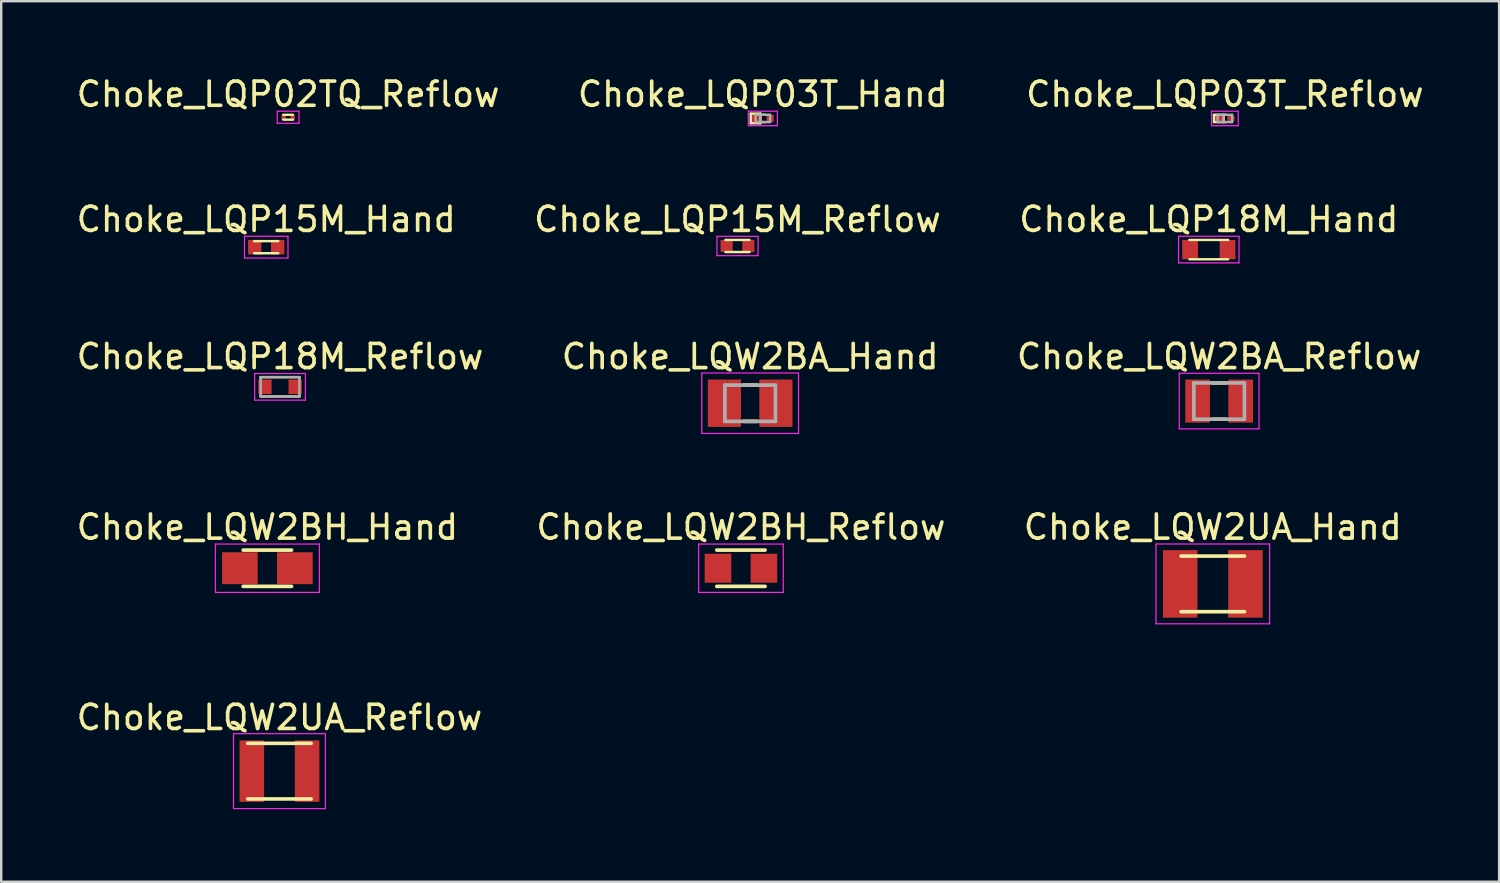
<source format=kicad_pcb>
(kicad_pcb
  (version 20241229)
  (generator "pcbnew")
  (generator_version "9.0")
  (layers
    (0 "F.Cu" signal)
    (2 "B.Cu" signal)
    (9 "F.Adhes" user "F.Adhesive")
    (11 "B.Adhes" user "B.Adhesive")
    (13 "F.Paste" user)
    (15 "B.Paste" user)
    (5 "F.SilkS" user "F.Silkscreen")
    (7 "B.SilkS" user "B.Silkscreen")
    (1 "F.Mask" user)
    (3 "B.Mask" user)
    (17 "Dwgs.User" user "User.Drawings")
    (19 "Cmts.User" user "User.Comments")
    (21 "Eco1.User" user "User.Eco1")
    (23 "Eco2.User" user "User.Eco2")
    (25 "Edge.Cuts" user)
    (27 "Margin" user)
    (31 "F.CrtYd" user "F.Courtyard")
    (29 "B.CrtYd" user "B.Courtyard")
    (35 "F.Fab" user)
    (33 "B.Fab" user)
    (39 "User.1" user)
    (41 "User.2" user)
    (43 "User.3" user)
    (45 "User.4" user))
  (footprint "Choke_LQW2BA_Hand"
    (layer "F.Cu")
    (at 27.97 13.624)
    (property "Reference" "Choke_LQW2BA_Hand" (at 0 -1.929 0) (layer "F.SilkS") (effects (font (size 1 1) (thickness 0.15))))
    (attr smd)
    (fp_line (start -0.28 -0.75) (end 0.28 -0.75) (stroke (width 0.15) (type solid)) (layer "F.SilkS"))
    (fp_line (start -0.28 0.75) (end 0.28 0.75) (stroke (width 0.15) (type solid)) (layer "F.SilkS"))
    (fp_line (start -2 -1.25) (end -2 1.25) (stroke (width 0.05) (type solid)) (layer "F.CrtYd"))
    (fp_line (start -2 -1.25) (end 2 -1.25) (stroke (width 0.05) (type solid)) (layer "F.CrtYd"))
    (fp_line (start -2 1.25) (end 2 1.25) (stroke (width 0.05) (type solid)) (layer "F.CrtYd"))
    (fp_line (start 2 -1.25) (end 2 1.25) (stroke (width 0.05) (type solid)) (layer "F.CrtYd"))
    (fp_line (start -1.045 -0.75) (end -1.045 0.75) (stroke (width 0.15) (type solid)) (layer "F.Fab"))
    (fp_line (start -1.045 -0.75) (end 1.045 -0.75) (stroke (width 0.15) (type solid)) (layer "F.Fab"))
    (fp_line (start -1.045 0.75) (end 1.045 0.75) (stroke (width 0.15) (type solid)) (layer "F.Fab"))
    (fp_line (start 1.045 -0.75) (end 1.045 0.75) (stroke (width 0.15) (type solid)) (layer "F.Fab"))
    (pad "1" smd rect (at -1.065 0) (size 1.37 1.958) (layers "F.Cu" "F.Mask" "F.Paste"))
    (pad "2" smd rect (at 1.065 0) (size 1.37 1.958) (layers "F.Cu" "F.Mask" "F.Paste")))
  (footprint "Choke_LQP03T_Reflow"
    (layer "F.Cu")
    (at 47.601 1.848)
    (property "Reference" "Choke_LQP03T_Reflow" (at 0 -1 0) (layer "F.SilkS") (effects (font (size 1 1) (thickness 0.15))))
    (attr smd)
    (fp_line (start -0.45 -0.15) (end -0.05 -0.15) (stroke (width 0.1) (type solid)) (layer "F.SilkS"))
    (fp_line (start -0.45 0.15) (end -0.45 -0.15) (stroke (width 0.1) (type solid)) (layer "F.SilkS"))
    (fp_line (start -0.45 0.15) (end -0.05 0.15) (stroke (width 0.1) (type solid)) (layer "F.SilkS"))
    (fp_line (start -0.05 -0.15) (end -0.05 0.15) (stroke (width 0.1) (type solid)) (layer "F.SilkS"))
    (fp_line (start -0.05 -0.15) (end 0.05 -0.15) (stroke (width 0.1) (type solid)) (layer "F.SilkS"))
    (fp_line (start -0.05 0.15) (end 0.05 0.15) (stroke (width 0.1) (type solid)) (layer "F.SilkS"))
    (fp_line (start -0.55 -0.3) (end -0.55 0.3) (stroke (width 0.05) (type solid)) (layer "F.CrtYd"))
    (fp_line (start -0.55 -0.3) (end 0.55 -0.3) (stroke (width 0.05) (type solid)) (layer "F.CrtYd"))
    (fp_line (start -0.55 0.3) (end 0.55 0.3) (stroke (width 0.05) (type solid)) (layer "F.CrtYd"))
    (fp_line (start 0.55 -0.3) (end 0.55 0.3) (stroke (width 0.05) (type solid)) (layer "F.CrtYd"))
    (fp_line (start -0.3 -0.15) (end -0.3 0.15) (stroke (width 0.1) (type solid)) (layer "F.Fab"))
    (fp_line (start -0.3 -0.15) (end 0.3 -0.15) (stroke (width 0.1) (type solid)) (layer "F.Fab"))
    (fp_line (start -0.3 0.15) (end 0.3 0.15) (stroke (width 0.1) (type solid)) (layer "F.Fab"))
    (fp_line (start -0.05 -0.15) (end -0.05 0.15) (stroke (width 0.1) (type solid)) (layer "F.Fab"))
    (fp_line (start 0.3 -0.15) (end 0.3 0.15) (stroke (width 0.1) (type solid)) (layer "F.Fab"))
    (pad "1" smd rect (at -0.25 0) (size 0.3 0.2) (layers "F.Cu" "F.Mask" "F.Paste"))
    (pad "2" smd rect (at 0.25 0) (size 0.3 0.2) (layers "F.Cu" "F.Mask" "F.Paste")))
  (footprint "Choke_LQP15M_Hand"
    (layer "F.Cu")
    (at 7.958 7.171)
    (property "Reference" "Choke_LQP15M_Hand" (at 0 -1.15 0) (layer "F.SilkS") (effects (font (size 1 1) (thickness 0.15))))
    (attr smd)
    (fp_line (start -0.5 -0.25) (end 0.5 -0.25) (stroke (width 0.1) (type solid)) (layer "F.SilkS"))
    (fp_line (start -0.5 0.25) (end 0.5 0.25) (stroke (width 0.1) (type solid)) (layer "F.SilkS"))
    (fp_line (start -0.9 -0.45) (end -0.9 0.45) (stroke (width 0.05) (type solid)) (layer "F.CrtYd"))
    (fp_line (start -0.9 -0.45) (end 0.9 -0.45) (stroke (width 0.05) (type solid)) (layer "F.CrtYd"))
    (fp_line (start -0.9 0.45) (end 0.9 0.45) (stroke (width 0.05) (type solid)) (layer "F.CrtYd"))
    (fp_line (start 0.9 -0.45) (end 0.9 0.45) (stroke (width 0.05) (type solid)) (layer "F.CrtYd"))
    (pad "1" smd rect (at -0.475 0) (size 0.55 0.6) (layers "F.Cu" "F.Mask" "F.Paste"))
    (pad "2" smd rect (at 0.475 0) (size 0.55 0.6) (layers "F.Cu" "F.Mask" "F.Paste")))
  (footprint "Choke_LQP18M_Reflow"
    (layer "F.Cu")
    (at 8.53 12.945)
    (property "Reference" "Choke_LQP18M_Reflow" (at 0 -1.25 0) (layer "F.SilkS") (effects (font (size 1 1) (thickness 0.15))))
    (attr smd)
    (fp_line (start -0.8 -0.4) (end -0.8 -0.35) (stroke (width 0.1) (type solid)) (layer "F.SilkS"))
    (fp_line (start -0.8 -0.4) (end 0.8 -0.4) (stroke (width 0.1) (type solid)) (layer "F.SilkS"))
    (fp_line (start -0.8 0.35) (end -0.8 0.4) (stroke (width 0.1) (type solid)) (layer "F.SilkS"))
    (fp_line (start -0.8 0.4) (end 0.8 0.4) (stroke (width 0.1) (type solid)) (layer "F.SilkS"))
    (fp_line (start 0.8 -0.4) (end 0.8 -0.35) (stroke (width 0.1) (type solid)) (layer "F.SilkS"))
    (fp_line (start 0.8 0.35) (end 0.8 0.4) (stroke (width 0.1) (type solid)) (layer "F.SilkS"))
    (fp_line (start -1.05 -0.55) (end -1.05 0.55) (stroke (width 0.05) (type solid)) (layer "F.CrtYd"))
    (fp_line (start -1.05 -0.55) (end 1.05 -0.55) (stroke (width 0.05) (type solid)) (layer "F.CrtYd"))
    (fp_line (start -1.05 0.55) (end 1.05 0.55) (stroke (width 0.05) (type solid)) (layer "F.CrtYd"))
    (fp_line (start 1.05 -0.55) (end 1.05 0.55) (stroke (width 0.05) (type solid)) (layer "F.CrtYd"))
    (fp_line (start -0.8 -0.4) (end -0.8 0.4) (stroke (width 0.1) (type solid)) (layer "F.Fab"))
    (fp_line (start -0.8 -0.4) (end 0.8 -0.4) (stroke (width 0.1) (type solid)) (layer "F.Fab"))
    (fp_line (start -0.8 0.4) (end 0.8 0.4) (stroke (width 0.1) (type solid)) (layer "F.Fab"))
    (fp_line (start 0.8 -0.4) (end 0.8 0.4) (stroke (width 0.1) (type solid)) (layer "F.Fab"))
    (pad "1" smd rect (at -0.625 0) (size 0.55 0.6) (layers "F.Cu" "F.Mask" "F.Paste"))
    (pad "2" smd rect (at 0.625 0) (size 0.55 0.6) (layers "F.Cu" "F.Mask" "F.Paste")))
  (footprint "Choke_LQW2BA_Reflow"
    (layer "F.Cu")
    (at 47.363 13.535)
    (property "Reference" "Choke_LQW2BA_Reflow" (at 0 -1.84 0) (layer "F.SilkS") (effects (font (size 1 1) (thickness 0.15))))
    (attr smd)
    (fp_line (start -0.28 -0.75) (end 0.28 -0.75) (stroke (width 0.15) (type solid)) (layer "F.SilkS"))
    (fp_line (start -0.28 0.75) (end 0.28 0.75) (stroke (width 0.15) (type solid)) (layer "F.SilkS"))
    (fp_line (start -1.65 -1.15) (end -1.65 1.15) (stroke (width 0.05) (type solid)) (layer "F.CrtYd"))
    (fp_line (start -1.65 -1.15) (end 1.65 -1.15) (stroke (width 0.05) (type solid)) (layer "F.CrtYd"))
    (fp_line (start -1.65 1.15) (end 1.65 1.15) (stroke (width 0.05) (type solid)) (layer "F.CrtYd"))
    (fp_line (start 1.65 -1.15) (end 1.65 1.15) (stroke (width 0.05) (type solid)) (layer "F.CrtYd"))
    (fp_line (start -1.045 -0.75) (end -1.045 0.75) (stroke (width 0.15) (type solid)) (layer "F.Fab"))
    (fp_line (start -1.045 -0.75) (end 1.045 -0.75) (stroke (width 0.15) (type solid)) (layer "F.Fab"))
    (fp_line (start -1.045 0.75) (end 1.045 0.75) (stroke (width 0.15) (type solid)) (layer "F.Fab"))
    (fp_line (start 1.045 -0.75) (end 1.045 0.75) (stroke (width 0.15) (type solid)) (layer "F.Fab"))
    (pad "1" smd rect (at -0.89 0) (size 1.02 1.78) (layers "F.Cu" "F.Mask" "F.Paste"))
    (pad "2" smd rect (at 0.89 0) (size 1.02 1.78) (layers "F.Cu" "F.Mask" "F.Paste")))
  (footprint "Choke_LQP02TQ_Reflow"
    (layer "F.Cu")
    (at 8.863 1.798)
    (property "Reference" "Choke_LQP02TQ_Reflow" (at 0 -0.95 0) (layer "F.SilkS") (effects (font (size 1 1) (thickness 0.15))))
    (attr smd)
    (fp_line (start -0.2 -0.1) (end 0.2 -0.1) (stroke (width 0.1) (type solid)) (layer "F.SilkS"))
    (fp_line (start -0.2 0.1) (end 0.2 0.1) (stroke (width 0.1) (type solid)) (layer "F.SilkS"))
    (fp_line (start -0.45 -0.25) (end -0.45 0.25) (stroke (width 0.05) (type solid)) (layer "F.CrtYd"))
    (fp_line (start -0.45 -0.25) (end 0.45 -0.25) (stroke (width 0.05) (type solid)) (layer "F.CrtYd"))
    (fp_line (start -0.45 0.25) (end 0.45 0.25) (stroke (width 0.05) (type solid)) (layer "F.CrtYd"))
    (fp_line (start 0.45 -0.25) (end 0.45 0.25) (stroke (width 0.05) (type solid)) (layer "F.CrtYd"))
    (pad "1" smd rect (at -0.19 0) (size 0.18 0.2) (layers "F.Cu" "F.Mask" "F.Paste"))
    (pad "2" smd rect (at 0.19 0) (size 0.18 0.2) (layers "F.Cu" "F.Mask" "F.Paste")))
  (footprint "Choke_LQP15M_Reflow"
    (layer "F.Cu")
    (at 27.446 7.122)
    (property "Reference" "Choke_LQP15M_Reflow" (at 0 -1.1 0) (layer "F.SilkS") (effects (font (size 1 1) (thickness 0.15))))
    (attr smd)
    (fp_line (start -0.5 -0.25) (end 0.5 -0.25) (stroke (width 0.1) (type solid)) (layer "F.SilkS"))
    (fp_line (start -0.5 0.25) (end 0.5 0.25) (stroke (width 0.1) (type solid)) (layer "F.SilkS"))
    (fp_line (start -0.85 -0.4) (end -0.85 0.4) (stroke (width 0.05) (type solid)) (layer "F.CrtYd"))
    (fp_line (start -0.85 -0.4) (end 0.85 -0.4) (stroke (width 0.05) (type solid)) (layer "F.CrtYd"))
    (fp_line (start -0.85 0.4) (end 0.85 0.4) (stroke (width 0.05) (type solid)) (layer "F.CrtYd"))
    (fp_line (start 0.85 -0.4) (end 0.85 0.4) (stroke (width 0.05) (type solid)) (layer "F.CrtYd"))
    (pad "1" smd rect (at -0.45 0) (size 0.5 0.5) (layers "F.Cu" "F.Mask" "F.Paste"))
    (pad "2" smd rect (at 0.45 0) (size 0.5 0.5) (layers "F.Cu" "F.Mask" "F.Paste")))
  (footprint "Choke_LQW2UA_Hand"
    (layer "F.Cu")
    (at 47.101 21.094)
    (property "Reference" "Choke_LQW2UA_Hand" (at 0 -2.347 0) (layer "F.SilkS") (effects (font (size 1 1) (thickness 0.15))))
    (attr smd)
    (fp_line (start -1.31 -1.15) (end 1.31 -1.15) (stroke (width 0.15) (type solid)) (layer "F.SilkS"))
    (fp_line (start -1.31 1.15) (end 1.31 1.15) (stroke (width 0.15) (type solid)) (layer "F.SilkS"))
    (fp_line (start -2.35 -1.65) (end -2.35 1.65) (stroke (width 0.05) (type solid)) (layer "F.CrtYd"))
    (fp_line (start -2.35 -1.65) (end 2.35 -1.65) (stroke (width 0.05) (type solid)) (layer "F.CrtYd"))
    (fp_line (start -2.35 1.65) (end 2.35 1.65) (stroke (width 0.05) (type solid)) (layer "F.CrtYd"))
    (fp_line (start 2.35 -1.65) (end 2.35 1.65) (stroke (width 0.05) (type solid)) (layer "F.CrtYd"))
    (pad "1" smd rect (at -1.349 0) (size 1.427 2.794) (layers "F.Cu" "F.Mask" "F.Paste"))
    (pad "2" smd rect (at 1.349 0) (size 1.427 2.794) (layers "F.Cu" "F.Mask" "F.Paste")))
  (footprint "Choke_LQW2BH_Hand"
    (layer "F.Cu")
    (at 8.006 20.447)
    (property "Reference" "Choke_LQW2BH_Hand" (at 0 -1.7 0) (layer "F.SilkS") (effects (font (size 1 1) (thickness 0.15))))
    (attr smd)
    (fp_line (start -1 -0.75) (end 1 -0.75) (stroke (width 0.15) (type solid)) (layer "F.SilkS"))
    (fp_line (start -1 0.75) (end 1 0.75) (stroke (width 0.15) (type solid)) (layer "F.SilkS"))
    (fp_line (start -2.15 -1) (end -2.15 1) (stroke (width 0.05) (type solid)) (layer "F.CrtYd"))
    (fp_line (start -2.15 -1) (end 2.15 -1) (stroke (width 0.05) (type solid)) (layer "F.CrtYd"))
    (fp_line (start -2.15 1) (end 2.15 1) (stroke (width 0.05) (type solid)) (layer "F.CrtYd"))
    (fp_line (start 2.15 -1) (end 2.15 1) (stroke (width 0.05) (type solid)) (layer "F.CrtYd"))
    (pad "1" smd rect (at -1.137 0) (size 1.475 1.32) (layers "F.Cu" "F.Mask" "F.Paste"))
    (pad "2" smd rect (at 1.137 0) (size 1.475 1.32) (layers "F.Cu" "F.Mask" "F.Paste")))
  (footprint "Choke_LQP03T_Hand"
    (layer "F.Cu")
    (at 28.494 1.848)
    (property "Reference" "Choke_LQP03T_Hand" (at 0 -1 0) (layer "F.SilkS") (effects (font (size 1 1) (thickness 0.15))))
    (attr smd)
    (fp_line (start -0.5 -0.2) (end -0.1 -0.2) (stroke (width 0.1) (type solid)) (layer "F.SilkS"))
    (fp_line (start -0.5 0.2) (end -0.5 -0.2) (stroke (width 0.1) (type solid)) (layer "F.SilkS"))
    (fp_line (start -0.5 0.2) (end -0.1 0.2) (stroke (width 0.1) (type solid)) (layer "F.SilkS"))
    (fp_line (start -0.1 -0.2) (end -0.1 0.2) (stroke (width 0.1) (type solid)) (layer "F.SilkS"))
    (fp_line (start -0.1 -0.15) (end 0.1 -0.15) (stroke (width 0.1) (type solid)) (layer "F.SilkS"))
    (fp_line (start -0.1 0.15) (end 0.1 0.15) (stroke (width 0.1) (type solid)) (layer "F.SilkS"))
    (fp_line (start -0.6 -0.3) (end -0.6 0.3) (stroke (width 0.05) (type solid)) (layer "F.CrtYd"))
    (fp_line (start -0.6 -0.3) (end 0.6 -0.3) (stroke (width 0.05) (type solid)) (layer "F.CrtYd"))
    (fp_line (start -0.6 0.3) (end 0.6 0.3) (stroke (width 0.05) (type solid)) (layer "F.CrtYd"))
    (fp_line (start 0.6 -0.3) (end 0.6 0.3) (stroke (width 0.05) (type solid)) (layer "F.CrtYd"))
    (fp_line (start -0.3 -0.15) (end -0.3 0.15) (stroke (width 0.1) (type solid)) (layer "F.Fab"))
    (fp_line (start -0.3 -0.15) (end 0.3 -0.15) (stroke (width 0.1) (type solid)) (layer "F.Fab"))
    (fp_line (start -0.3 0.15) (end 0.3 0.15) (stroke (width 0.1) (type solid)) (layer "F.Fab"))
    (fp_line (start -0.1 -0.15) (end -0.1 0.15) (stroke (width 0.1) (type solid)) (layer "F.Fab"))
    (fp_line (start 0.3 -0.15) (end 0.3 0.15) (stroke (width 0.1) (type solid)) (layer "F.Fab"))
    (pad "1" smd rect (at -0.3 0) (size 0.3 0.3) (layers "F.Cu" "F.Mask" "F.Paste"))
    (pad "2" smd rect (at 0.3 0) (size 0.3 0.3) (layers "F.Cu" "F.Mask" "F.Paste")))
  (footprint "Choke_LQW2UA_Reflow"
    (layer "F.Cu")
    (at 8.506 28.837)
    (property "Reference" "Choke_LQW2UA_Reflow" (at 0 -2.22 0) (layer "F.SilkS") (effects (font (size 1 1) (thickness 0.15))))
    (attr smd)
    (fp_line (start -1.31 -1.15) (end 1.31 -1.15) (stroke (width 0.15) (type solid)) (layer "F.SilkS"))
    (fp_line (start -1.31 1.15) (end 1.31 1.15) (stroke (width 0.15) (type solid)) (layer "F.SilkS"))
    (fp_line (start -1.9 -1.55) (end -1.9 1.55) (stroke (width 0.05) (type solid)) (layer "F.CrtYd"))
    (fp_line (start -1.9 -1.55) (end 1.9 -1.55) (stroke (width 0.05) (type solid)) (layer "F.CrtYd"))
    (fp_line (start -1.9 1.55) (end 1.9 1.55) (stroke (width 0.05) (type solid)) (layer "F.CrtYd"))
    (fp_line (start 1.9 -1.55) (end 1.9 1.55) (stroke (width 0.05) (type solid)) (layer "F.CrtYd"))
    (pad "1" smd rect (at -1.143 0) (size 1.015 2.54) (layers "F.Cu" "F.Mask" "F.Paste"))
    (pad "2" smd rect (at 1.143 0) (size 1.015 2.54) (layers "F.Cu" "F.Mask" "F.Paste")))
  (footprint "Choke_LQP18M_Hand"
    (layer "F.Cu")
    (at 46.935 7.271)
    (property "Reference" "Choke_LQP18M_Hand" (at 0 -1.25 0) (layer "F.SilkS") (effects (font (size 1 1) (thickness 0.15))))
    (attr smd)
    (fp_line (start -0.8 -0.4) (end 0.8 -0.4) (stroke (width 0.1) (type solid)) (layer "F.SilkS"))
    (fp_line (start -0.8 0.4) (end 0.8 0.4) (stroke (width 0.1) (type solid)) (layer "F.SilkS"))
    (fp_line (start -1.25 -0.55) (end -1.25 0.55) (stroke (width 0.05) (type solid)) (layer "F.CrtYd"))
    (fp_line (start -1.25 -0.55) (end 1.25 -0.55) (stroke (width 0.05) (type solid)) (layer "F.CrtYd"))
    (fp_line (start -1.25 0.55) (end 1.25 0.55) (stroke (width 0.05) (type solid)) (layer "F.CrtYd"))
    (fp_line (start 1.25 -0.55) (end 1.25 0.55) (stroke (width 0.05) (type solid)) (layer "F.CrtYd"))
    (pad "1" smd rect (at -0.775 0) (size 0.65 0.8) (layers "F.Cu" "F.Mask" "F.Paste"))
    (pad "2" smd rect (at 0.775 0) (size 0.65 0.8) (layers "F.Cu" "F.Mask" "F.Paste")))
  (footprint "Choke_LQW2BH_Reflow"
    (layer "F.Cu")
    (at 27.589 20.447)
    (property "Reference" "Choke_LQW2BH_Reflow" (at 0 -1.7 0) (layer "F.SilkS") (effects (font (size 1 1) (thickness 0.15))))
    (attr smd)
    (fp_line (start -1 -0.75) (end 1 -0.75) (stroke (width 0.15) (type solid)) (layer "F.SilkS"))
    (fp_line (start -1 0.75) (end 1 0.75) (stroke (width 0.15) (type solid)) (layer "F.SilkS"))
    (fp_line (start -1.75 -1) (end -1.75 1) (stroke (width 0.05) (type solid)) (layer "F.CrtYd"))
    (fp_line (start -1.75 -1) (end 1.75 -1) (stroke (width 0.05) (type solid)) (layer "F.CrtYd"))
    (fp_line (start -1.75 1) (end 1.75 1) (stroke (width 0.05) (type solid)) (layer "F.CrtYd"))
    (fp_line (start 1.75 -1) (end 1.75 1) (stroke (width 0.05) (type solid)) (layer "F.CrtYd"))
    (pad "1" smd rect (at -0.95 0) (size 1.1 1.2) (layers "F.Cu" "F.Mask" "F.Paste"))
    (pad "2" smd rect (at 0.95 0) (size 1.1 1.2) (layers "F.Cu" "F.Mask" "F.Paste")))
  (gr_rect
    (start -3 -3)
    (end 58.94 33.412)
    (stroke (width 0.1) (type default))
    (fill no)
    (layer "Edge.Cuts")))
</source>
